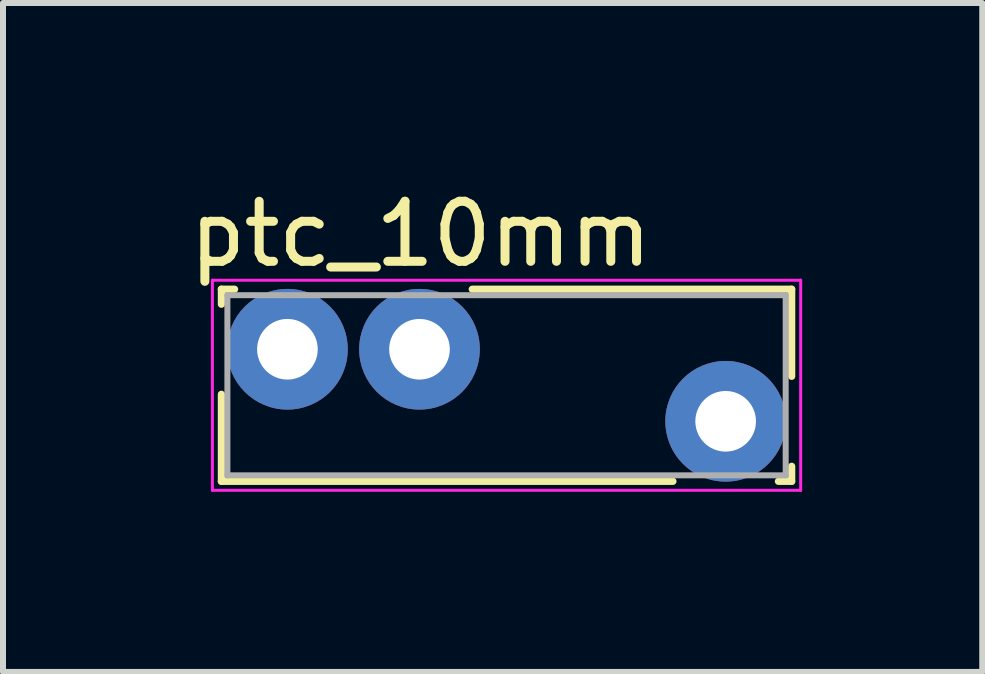
<source format=kicad_pcb>
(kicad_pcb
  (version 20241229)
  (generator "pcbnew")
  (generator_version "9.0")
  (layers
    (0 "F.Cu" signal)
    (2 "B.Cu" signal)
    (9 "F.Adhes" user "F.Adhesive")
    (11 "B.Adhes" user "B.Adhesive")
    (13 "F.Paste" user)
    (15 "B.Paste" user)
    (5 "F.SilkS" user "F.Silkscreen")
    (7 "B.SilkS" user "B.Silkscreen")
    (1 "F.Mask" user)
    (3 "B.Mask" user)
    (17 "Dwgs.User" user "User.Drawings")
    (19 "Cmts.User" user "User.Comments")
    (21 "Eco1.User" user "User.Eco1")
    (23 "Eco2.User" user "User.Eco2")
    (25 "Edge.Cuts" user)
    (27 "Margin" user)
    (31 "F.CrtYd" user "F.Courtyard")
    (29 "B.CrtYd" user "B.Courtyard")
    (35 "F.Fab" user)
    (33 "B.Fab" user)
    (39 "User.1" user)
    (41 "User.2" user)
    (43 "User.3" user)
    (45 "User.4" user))
  (footprint "ptc_10mm"
    (layer "F.Cu")
    (at 3.938 2.768)
    (property "Reference" "ptc_10mm" (at 0.02 -1.92 0) (layer "F.SilkS") (effects (font (size 1 1) (thickness 0.15))))
    (attr through_hole)
    (fp_line (start -3.301 -1) (end -3.08 -1) (stroke (width 0.12) (type solid)) (layer "F.SilkS"))
    (fp_line (start -3.3 -1) (end -3.3 -0.75) (stroke (width 0.12) (type solid)) (layer "F.SilkS"))
    (fp_line (start -3.3 0.75) (end -3.3 2.2) (stroke (width 0.12) (type solid)) (layer "F.SilkS"))
    (fp_line (start -3.3 2.2) (end 4.222 2.2) (stroke (width 0.12) (type solid)) (layer "F.SilkS"))
    (fp_line (start 0.879 -1) (end 6.2 -1) (stroke (width 0.12) (type solid)) (layer "F.SilkS"))
    (fp_line (start 5.979 2.2) (end 6.2 2.2) (stroke (width 0.12) (type solid)) (layer "F.SilkS"))
    (fp_line (start 6.2 -1) (end 6.2 0.451) (stroke (width 0.12) (type solid)) (layer "F.SilkS"))
    (fp_line (start 6.2 1.95) (end 6.2 2.2) (stroke (width 0.12) (type solid)) (layer "F.SilkS"))
    (fp_line (start -3.45 -1.15) (end -3.45 2.35) (stroke (width 0.05) (type solid)) (layer "F.CrtYd"))
    (fp_line (start -3.45 2.35) (end 6.35 2.35) (stroke (width 0.05) (type solid)) (layer "F.CrtYd"))
    (fp_line (start 6.35 -1.15) (end -3.45 -1.15) (stroke (width 0.05) (type solid)) (layer "F.CrtYd"))
    (fp_line (start 6.35 2.35) (end 6.35 -1.15) (stroke (width 0.05) (type solid)) (layer "F.CrtYd"))
    (fp_line (start -3.2 -0.9) (end -3.2 2.1) (stroke (width 0.1) (type solid)) (layer "F.Fab"))
    (fp_line (start -3.2 2.1) (end 6.1 2.1) (stroke (width 0.1) (type solid)) (layer "F.Fab"))
    (fp_line (start 6.1 -0.9) (end -3.2 -0.9) (stroke (width 0.1) (type solid)) (layer "F.Fab"))
    (fp_line (start 6.1 2.1) (end 6.1 -0.9) (stroke (width 0.1) (type solid)) (layer "F.Fab"))
    (pad "1" thru_hole circle (at -2.2 0) (size 2.01 2.01) (drill 1.01) (layers "*.Cu" "*.Mask"))
    (pad "1" thru_hole circle (at 0 0) (size 2.01 2.01) (drill 1.01) (layers "*.Cu" "*.Mask"))
    (pad "2" thru_hole circle (at 5.1 1.2) (size 2.01 2.01) (drill 1.01) (layers "*.Cu" "*.Mask")))
  (gr_rect
    (start -3 -3)
    (end 13.313 8.143)
    (stroke (width 0.1) (type default))
    (fill no)
    (layer "Edge.Cuts")))
</source>
